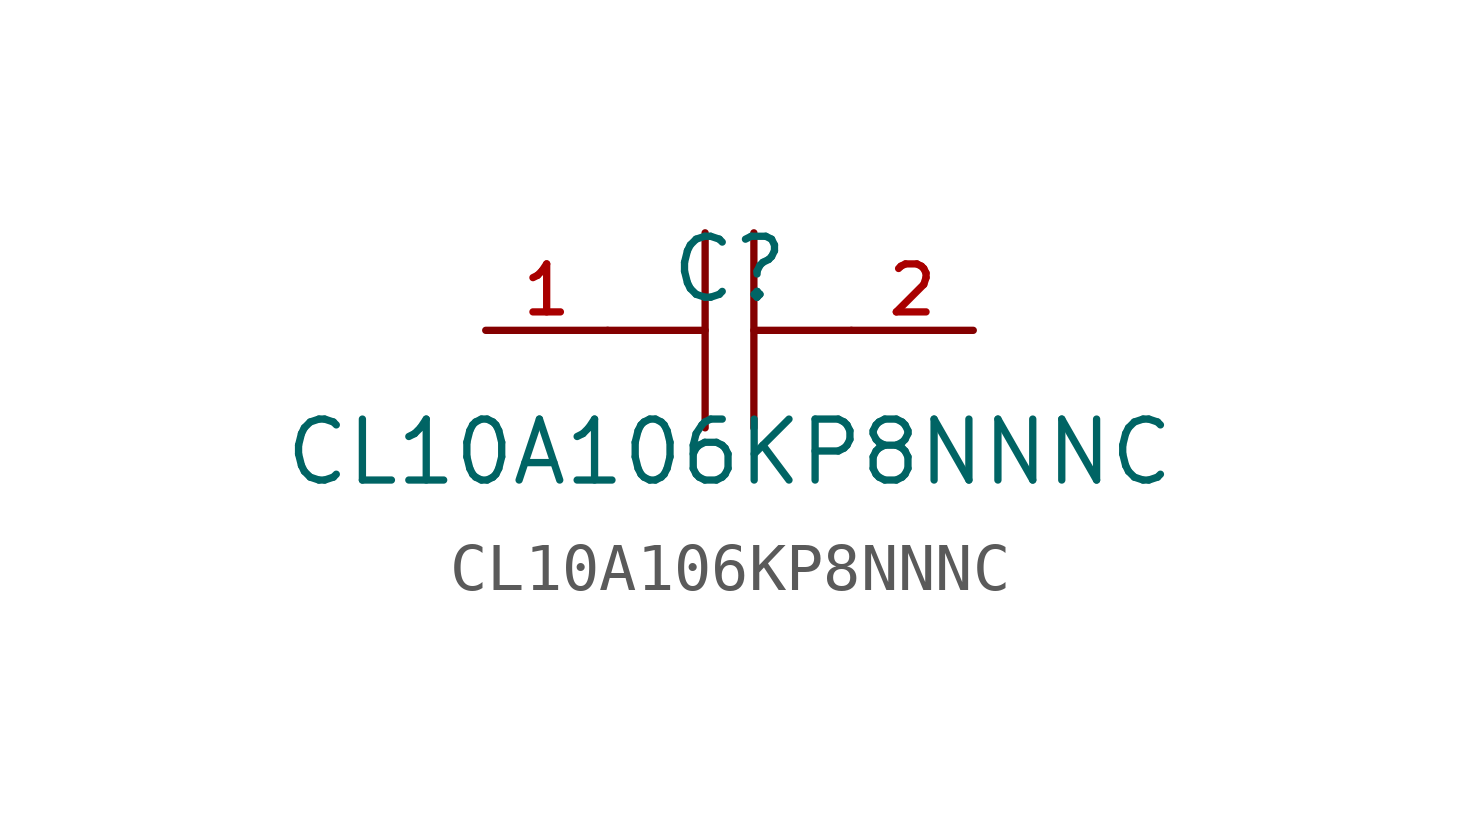
<source format=kicad_sym>
(kicad_symbol_lib
  (version 20210201)
  (generator TousstNicolas/JLC2KiCad_lib)
  (symbol "CL10A106KP8NNNC"
    (pin_names hide)
    (property "Reference" "C"
      (at 0 1.27 0)
      (effects (font (size 1.27 1.27))))
    (property "Value" "CL10A106KP8NNNC"
      (at 0 -2.54 0)
      (effects (font (size 1.27 1.27))))
    (symbol "CL10A106KP8NNNC_0_1"
      (polyline (pts (xy -0.508 -2.032) (xy -0.508 2.032)) (stroke (width 0) (type default) (color 0 0 0 0)) (fill (type none)))
      (pin unspecified line (at -5.08 -0.0 0) (length 2.54) (name "1" (effects (font (size 1 1)))) (number "1" (effects (font (size 1 1)))))
      (polyline (pts (xy 2.54 -0.0) (xy 0.508 -0.0)) (stroke (width 0) (type default) (color 0 0 0 0)) (fill (type none)))
      (polyline (pts (xy 0.508 2.032) (xy 0.508 -2.032)) (stroke (width 0) (type default) (color 0 0 0 0)) (fill (type none)))
      (pin unspecified line (at 5.08 -0.0 180) (length 2.54) (name "2" (effects (font (size 1 1)))) (number "2" (effects (font (size 1 1)))))
      (polyline (pts (xy -0.508 -0.0) (xy -2.54 -0.0)) (stroke (width 0) (type default) (color 0 0 0 0)) (fill (type none))))))
</source>
